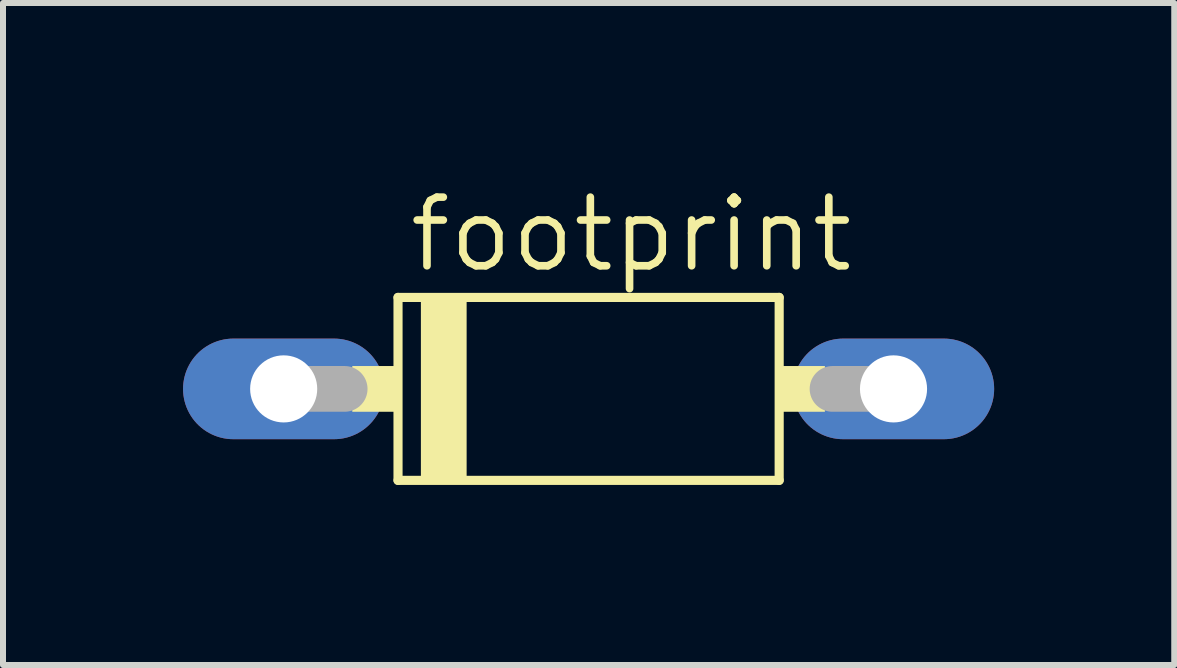
<source format=kicad_pcb>
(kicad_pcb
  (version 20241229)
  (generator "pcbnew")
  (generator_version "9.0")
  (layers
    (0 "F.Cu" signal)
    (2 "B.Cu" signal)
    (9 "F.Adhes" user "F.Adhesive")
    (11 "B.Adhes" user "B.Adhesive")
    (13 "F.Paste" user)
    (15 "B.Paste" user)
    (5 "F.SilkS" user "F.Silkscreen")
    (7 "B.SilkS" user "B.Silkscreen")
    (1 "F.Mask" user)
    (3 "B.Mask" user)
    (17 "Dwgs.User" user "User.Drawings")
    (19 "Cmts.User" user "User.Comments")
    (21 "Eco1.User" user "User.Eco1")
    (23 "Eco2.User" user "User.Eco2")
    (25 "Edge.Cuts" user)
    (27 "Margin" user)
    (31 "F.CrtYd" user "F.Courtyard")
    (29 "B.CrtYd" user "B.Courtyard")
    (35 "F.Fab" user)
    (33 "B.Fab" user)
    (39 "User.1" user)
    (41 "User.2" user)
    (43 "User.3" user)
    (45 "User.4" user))
  (footprint "footprint"
    (layer "F.Cu")
    (at 6.756 3.429)
    (property "Reference" "footprint" (at -3.048 -1.905 0) (layer "F.SilkS") (effects (font (size 1.143 1.143) (thickness 0.127)) (justify left bottom)))
    (fp_line (start -3.175 -1.524) (end -3.175 1.524) (stroke (width 0.152) (type solid)) (layer "F.SilkS"))
    (fp_line (start -3.175 1.524) (end 3.175 1.524) (stroke (width 0.152) (type solid)) (layer "F.SilkS"))
    (fp_line (start 3.175 -1.524) (end -3.175 -1.524) (stroke (width 0.152) (type solid)) (layer "F.SilkS"))
    (fp_line (start 3.175 1.524) (end 3.175 -1.524) (stroke (width 0.152) (type solid)) (layer "F.SilkS"))
    (fp_poly (pts (xy -3.937 0.381) (xy -3.175 0.381) (xy -3.175 -0.381) (xy -3.937 -0.381)) (stroke (width 0) (type solid)) (fill yes) (layer "F.SilkS"))
    (fp_poly (pts (xy -2.794 1.524) (xy -2.032 1.524) (xy -2.032 -1.524) (xy -2.794 -1.524)) (stroke (width 0) (type solid)) (fill yes) (layer "F.SilkS"))
    (fp_poly (pts (xy 3.175 0.381) (xy 3.937 0.381) (xy 3.937 -0.381) (xy 3.175 -0.381)) (stroke (width 0) (type solid)) (fill yes) (layer "F.SilkS"))
    (fp_line (start -5.08 0) (end -4.064 0) (stroke (width 0.762) (type solid)) (layer "F.Fab"))
    (fp_line (start 5.08 0) (end 4.064 0) (stroke (width 0.762) (type solid)) (layer "F.Fab"))
    (pad "A" thru_hole oval (at 5.08 0) (size 3.353 1.676) (drill 1.118) (layers "*.Cu" "*.Mask"))
    (pad "C" thru_hole oval (at -5.08 0) (size 3.353 1.676) (drill 1.118) (layers "*.Cu" "*.Mask")))
  (gr_rect
    (start -3 -3)
    (end 16.513 8.029)
    (stroke (width 0.1) (type default))
    (fill no)
    (layer "Edge.Cuts")))
</source>
